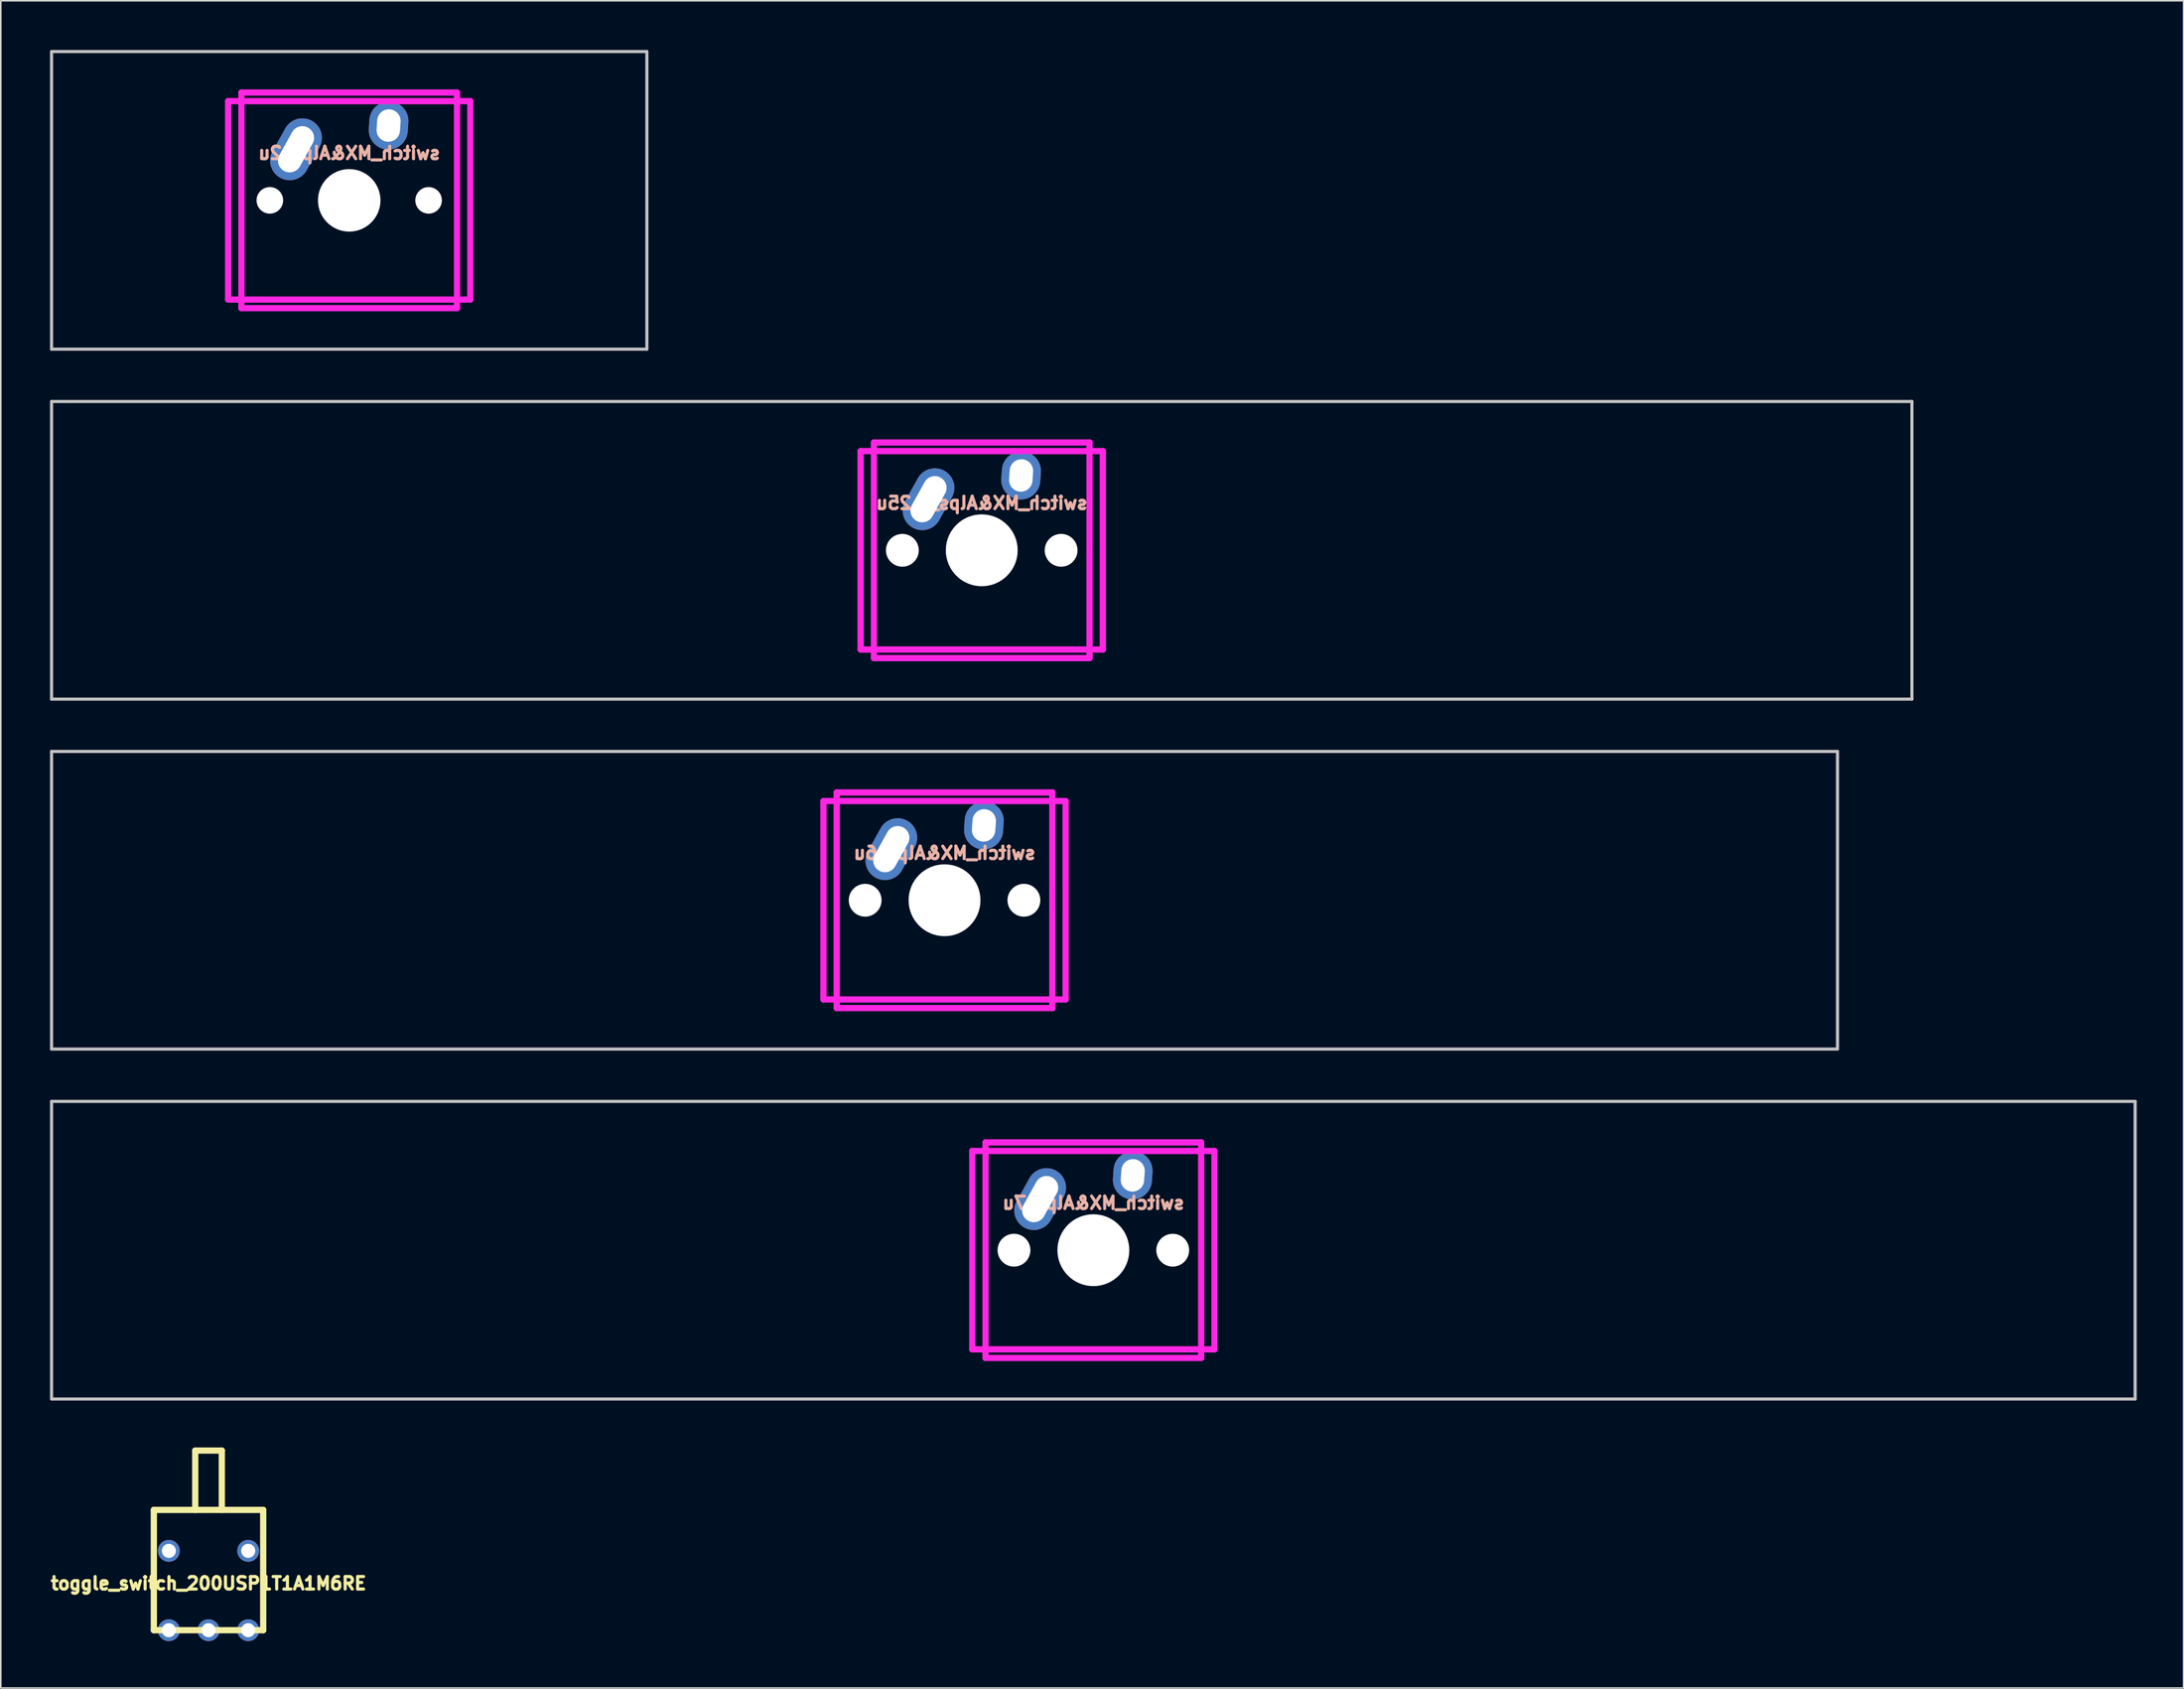
<source format=kicad_pcb>
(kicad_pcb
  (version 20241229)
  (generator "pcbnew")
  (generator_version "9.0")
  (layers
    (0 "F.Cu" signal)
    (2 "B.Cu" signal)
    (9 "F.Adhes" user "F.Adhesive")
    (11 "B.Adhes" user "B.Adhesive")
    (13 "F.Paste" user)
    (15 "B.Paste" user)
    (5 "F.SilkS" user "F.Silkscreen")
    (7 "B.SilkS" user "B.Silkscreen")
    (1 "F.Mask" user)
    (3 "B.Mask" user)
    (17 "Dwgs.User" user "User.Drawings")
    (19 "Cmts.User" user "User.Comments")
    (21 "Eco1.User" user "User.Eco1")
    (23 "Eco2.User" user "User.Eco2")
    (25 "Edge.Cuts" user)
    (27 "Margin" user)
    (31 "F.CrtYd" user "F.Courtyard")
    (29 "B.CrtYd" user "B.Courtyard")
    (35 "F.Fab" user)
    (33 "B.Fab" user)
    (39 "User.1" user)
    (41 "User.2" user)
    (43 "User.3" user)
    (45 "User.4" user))
  (footprint "switch_MX&Alps_2u"
    (layer "F.Cu")
    (at 0.25 0.25)
    (property "Reference" "switch_MX&Alps_2u" (at 19.05 6.5 0) (layer "B.SilkS") (effects (font (size 0.8 0.8) (thickness 0.2)) (justify mirror)))
    (attr through_hole)
    (fp_line (start 0 0) (end 38.1 0) (stroke (width 0.2) (type solid)) (layer "Dwgs.User"))
    (fp_line (start 0 19.05) (end 0 0) (stroke (width 0.2) (type solid)) (layer "Dwgs.User"))
    (fp_line (start 38.1 0) (end 38.1 19.05) (stroke (width 0.2) (type solid)) (layer "Dwgs.User"))
    (fp_line (start 38.1 19.05) (end 0 19.05) (stroke (width 0.2) (type solid)) (layer "Dwgs.User"))
    (fp_line (start 11.3 3.175) (end 11.3 15.875) (stroke (width 0.4) (type solid)) (layer "F.CrtYd"))
    (fp_line (start 11.3 3.175) (end 26.8 3.175) (stroke (width 0.4) (type solid)) (layer "F.CrtYd"))
    (fp_line (start 11.3 15.875) (end 26.8 15.875) (stroke (width 0.4) (type solid)) (layer "F.CrtYd"))
    (fp_line (start 12.15 2.625) (end 12.15 16.425) (stroke (width 0.4) (type solid)) (layer "F.CrtYd"))
    (fp_line (start 12.15 2.625) (end 25.95 2.625) (stroke (width 0.4) (type solid)) (layer "F.CrtYd"))
    (fp_line (start 12.15 16.425) (end 25.95 16.425) (stroke (width 0.4) (type solid)) (layer "F.CrtYd"))
    (fp_line (start 25.95 2.625) (end 25.95 16.425) (stroke (width 0.4) (type solid)) (layer "F.CrtYd"))
    (fp_line (start 26.8 3.175) (end 26.8 15.875) (stroke (width 0.4) (type solid)) (layer "F.CrtYd"))
    (pad "" np_thru_hole circle (at 13.97 9.525) (size 1.7 1.7) (drill 1.7) (layers "*.Cu" "*.Mask"))
    (pad "" np_thru_hole circle (at 19.05 9.525) (size 4 4) (drill 4) (layers "*.Cu" "*.Mask"))
    (pad "" np_thru_hole circle (at 24.13 9.525) (size 1.7 1.7) (drill 1.7) (layers "*.Cu" "*.Mask"))
    (pad "1" thru_hole oval (at 15.645 6.255 330.95) (size 2.5 4.17) (drill oval 1.5 3.17) (layers "*.Cu" "*.Mask"))
    (pad "2" thru_hole oval (at 21.57 4.735 356.1) (size 2.5 3.08) (drill oval 1.5 2.08) (layers "*.Cu" "*.Mask")))
  (footprint "switch_MX&Alps_6.25u"
    (layer "F.Cu")
    (at 0.25 22.65)
    (property "Reference" "switch_MX&Alps_6.25u" (at 59.531 6.5 0) (layer "B.SilkS") (effects (font (size 0.8 0.8) (thickness 0.2)) (justify mirror)))
    (attr through_hole)
    (fp_line (start 0 0) (end 119.062 0) (stroke (width 0.2) (type solid)) (layer "Dwgs.User"))
    (fp_line (start 0 19.05) (end 0 0) (stroke (width 0.2) (type solid)) (layer "Dwgs.User"))
    (fp_line (start 119.062 0) (end 119.062 19.05) (stroke (width 0.2) (type solid)) (layer "Dwgs.User"))
    (fp_line (start 119.062 19.05) (end 0 19.05) (stroke (width 0.2) (type solid)) (layer "Dwgs.User"))
    (fp_line (start 51.781 3.175) (end 51.781 15.875) (stroke (width 0.4) (type solid)) (layer "F.CrtYd"))
    (fp_line (start 51.781 3.175) (end 67.281 3.175) (stroke (width 0.4) (type solid)) (layer "F.CrtYd"))
    (fp_line (start 51.781 15.875) (end 67.281 15.875) (stroke (width 0.4) (type solid)) (layer "F.CrtYd"))
    (fp_line (start 52.631 2.625) (end 52.631 16.425) (stroke (width 0.4) (type solid)) (layer "F.CrtYd"))
    (fp_line (start 52.631 2.625) (end 66.431 2.625) (stroke (width 0.4) (type solid)) (layer "F.CrtYd"))
    (fp_line (start 52.631 16.425) (end 66.431 16.425) (stroke (width 0.4) (type solid)) (layer "F.CrtYd"))
    (fp_line (start 66.431 2.625) (end 66.431 16.425) (stroke (width 0.4) (type solid)) (layer "F.CrtYd"))
    (fp_line (start 67.281 3.175) (end 67.281 15.875) (stroke (width 0.4) (type solid)) (layer "F.CrtYd"))
    (pad "" np_thru_hole circle (at 54.451 9.525) (size 2.1 2.1) (drill 2.1) (layers "*.Cu" "*.Mask"))
    (pad "" np_thru_hole circle (at 59.531 9.525) (size 4.6 4.6) (drill 4.6) (layers "*.Cu" "*.Mask"))
    (pad "" np_thru_hole circle (at 64.611 9.525) (size 2.1 2.1) (drill 2.1) (layers "*.Cu" "*.Mask"))
    (pad "1" thru_hole oval (at 56.126 6.255 330.95) (size 2.5 4.17) (drill oval 1.5 3.17) (layers "*.Cu" "*.Mask"))
    (pad "2" thru_hole oval (at 62.051 4.735 356.1) (size 2.5 3.08) (drill oval 1.5 2.08) (layers "*.Cu" "*.Mask")))
  (footprint "switch_MX&Alps_6u"
    (layer "F.Cu")
    (at 0.25 45.05)
    (property "Reference" "switch_MX&Alps_6u" (at 57.15 6.5 0) (layer "B.SilkS") (effects (font (size 0.8 0.8) (thickness 0.2)) (justify mirror)))
    (attr through_hole)
    (fp_line (start 0 0) (end 114.3 0) (stroke (width 0.2) (type solid)) (layer "Dwgs.User"))
    (fp_line (start 0 19.05) (end 0 0) (stroke (width 0.2) (type solid)) (layer "Dwgs.User"))
    (fp_line (start 114.3 0) (end 114.3 19.05) (stroke (width 0.2) (type solid)) (layer "Dwgs.User"))
    (fp_line (start 114.3 19.05) (end 0 19.05) (stroke (width 0.2) (type solid)) (layer "Dwgs.User"))
    (fp_line (start 49.4 3.175) (end 49.4 15.875) (stroke (width 0.4) (type solid)) (layer "F.CrtYd"))
    (fp_line (start 49.4 3.175) (end 64.9 3.175) (stroke (width 0.4) (type solid)) (layer "F.CrtYd"))
    (fp_line (start 49.4 15.875) (end 64.9 15.875) (stroke (width 0.4) (type solid)) (layer "F.CrtYd"))
    (fp_line (start 50.25 2.625) (end 50.25 16.425) (stroke (width 0.4) (type solid)) (layer "F.CrtYd"))
    (fp_line (start 50.25 2.625) (end 64.05 2.625) (stroke (width 0.4) (type solid)) (layer "F.CrtYd"))
    (fp_line (start 50.25 16.425) (end 64.05 16.425) (stroke (width 0.4) (type solid)) (layer "F.CrtYd"))
    (fp_line (start 64.05 2.625) (end 64.05 16.425) (stroke (width 0.4) (type solid)) (layer "F.CrtYd"))
    (fp_line (start 64.9 3.175) (end 64.9 15.875) (stroke (width 0.4) (type solid)) (layer "F.CrtYd"))
    (pad "" np_thru_hole circle (at 52.07 9.525) (size 2.1 2.1) (drill 2.1) (layers "*.Cu" "*.Mask"))
    (pad "" np_thru_hole circle (at 57.15 9.525) (size 4.6 4.6) (drill 4.6) (layers "*.Cu" "*.Mask"))
    (pad "" np_thru_hole circle (at 62.23 9.525) (size 2.1 2.1) (drill 2.1) (layers "*.Cu" "*.Mask"))
    (pad "1" thru_hole oval (at 53.745 6.255 330.95) (size 2.5 4.17) (drill oval 1.5 3.17) (layers "*.Cu" "*.Mask"))
    (pad "2" thru_hole oval (at 59.67 4.735 356.1) (size 2.5 3.08) (drill oval 1.5 2.08) (layers "*.Cu" "*.Mask")))
  (footprint "switch_MX&Alps_7u"
    (layer "F.Cu")
    (at 0.25 67.45)
    (property "Reference" "switch_MX&Alps_7u" (at 66.675 6.5 0) (layer "B.SilkS") (effects (font (size 0.8 0.8) (thickness 0.2)) (justify mirror)))
    (attr through_hole)
    (fp_line (start 0 0) (end 133.35 0) (stroke (width 0.2) (type solid)) (layer "Dwgs.User"))
    (fp_line (start 0 19.05) (end 0 0) (stroke (width 0.2) (type solid)) (layer "Dwgs.User"))
    (fp_line (start 133.35 0) (end 133.35 19.05) (stroke (width 0.2) (type solid)) (layer "Dwgs.User"))
    (fp_line (start 133.35 19.05) (end 0 19.05) (stroke (width 0.2) (type solid)) (layer "Dwgs.User"))
    (fp_line (start 58.925 3.175) (end 58.925 15.875) (stroke (width 0.4) (type solid)) (layer "F.CrtYd"))
    (fp_line (start 58.925 3.175) (end 74.425 3.175) (stroke (width 0.4) (type solid)) (layer "F.CrtYd"))
    (fp_line (start 58.925 15.875) (end 74.425 15.875) (stroke (width 0.4) (type solid)) (layer "F.CrtYd"))
    (fp_line (start 59.775 2.625) (end 59.775 16.425) (stroke (width 0.4) (type solid)) (layer "F.CrtYd"))
    (fp_line (start 59.775 2.625) (end 73.575 2.625) (stroke (width 0.4) (type solid)) (layer "F.CrtYd"))
    (fp_line (start 59.775 16.425) (end 73.575 16.425) (stroke (width 0.4) (type solid)) (layer "F.CrtYd"))
    (fp_line (start 73.575 2.625) (end 73.575 16.425) (stroke (width 0.4) (type solid)) (layer "F.CrtYd"))
    (fp_line (start 74.425 3.175) (end 74.425 15.875) (stroke (width 0.4) (type solid)) (layer "F.CrtYd"))
    (pad "" np_thru_hole circle (at 61.595 9.525) (size 2.1 2.1) (drill 2.1) (layers "*.Cu" "*.Mask"))
    (pad "" np_thru_hole circle (at 66.675 9.525) (size 4.6 4.6) (drill 4.6) (layers "*.Cu" "*.Mask"))
    (pad "" np_thru_hole circle (at 71.755 9.525) (size 2.1 2.1) (drill 2.1) (layers "*.Cu" "*.Mask"))
    (pad "1" thru_hole oval (at 63.27 6.255 330.95) (size 2.5 4.17) (drill oval 1.5 3.17) (layers "*.Cu" "*.Mask"))
    (pad "2" thru_hole oval (at 69.195 4.735 356.1) (size 2.5 3.08) (drill oval 1.5 2.08) (layers "*.Cu" "*.Mask")))
  (footprint "toggle_switch_200USP1T1A1M6RE"
    (layer "F.Cu")
    (at 10.296 101.3)
    (property "Reference" "toggle_switch_200USP1T1A1M6RE" (at 0 -2.995 0) (layer "F.SilkS") (effects (font (size 0.8 0.8) (thickness 0.2))))
    (attr through_hole)
    (fp_line (start -3.5 -7.7) (end -3.5 0) (stroke (width 0.4) (type solid)) (layer "F.SilkS"))
    (fp_line (start -3.5 -7.7) (end 3.5 -7.7) (stroke (width 0.4) (type solid)) (layer "F.SilkS"))
    (fp_line (start -3.5 0) (end 3.5 0) (stroke (width 0.4) (type solid)) (layer "F.SilkS"))
    (fp_line (start -0.85 -11.5) (end 0.85 -11.5) (stroke (width 0.4) (type solid)) (layer "F.SilkS"))
    (fp_line (start -0.85 -7.7) (end -0.85 -11.5) (stroke (width 0.4) (type solid)) (layer "F.SilkS"))
    (fp_line (start 0.85 -7.7) (end 0.85 -11.5) (stroke (width 0.4) (type solid)) (layer "F.SilkS"))
    (fp_line (start 3.5 -7.7) (end 3.5 0) (stroke (width 0.4) (type solid)) (layer "F.SilkS"))
    (pad "4" thru_hole circle (at -2.54 0) (size 1.4 1.4) (drill 0.9) (layers "*.Cu" "*.Mask"))
    (pad "5" thru_hole circle (at 0 0) (size 1.4 1.4) (drill 0.9) (layers "*.Cu" "*.Mask"))
    (pad "6" thru_hole circle (at 2.54 0) (size 1.4 1.4) (drill 0.9) (layers "*.Cu" "*.Mask"))
    (pad "~" thru_hole circle (at -2.54 -5.08) (size 1.4 1.4) (drill 0.9) (layers "*.Cu" "*.Mask"))
    (pad "~" thru_hole circle (at 2.54 -5.08) (size 1.4 1.4) (drill 0.9) (layers "*.Cu" "*.Mask")))
  (gr_rect
    (start -3 -3)
    (end 136.7 105)
    (stroke (width 0.1) (type default))
    (fill no)
    (layer "Edge.Cuts")))
</source>
